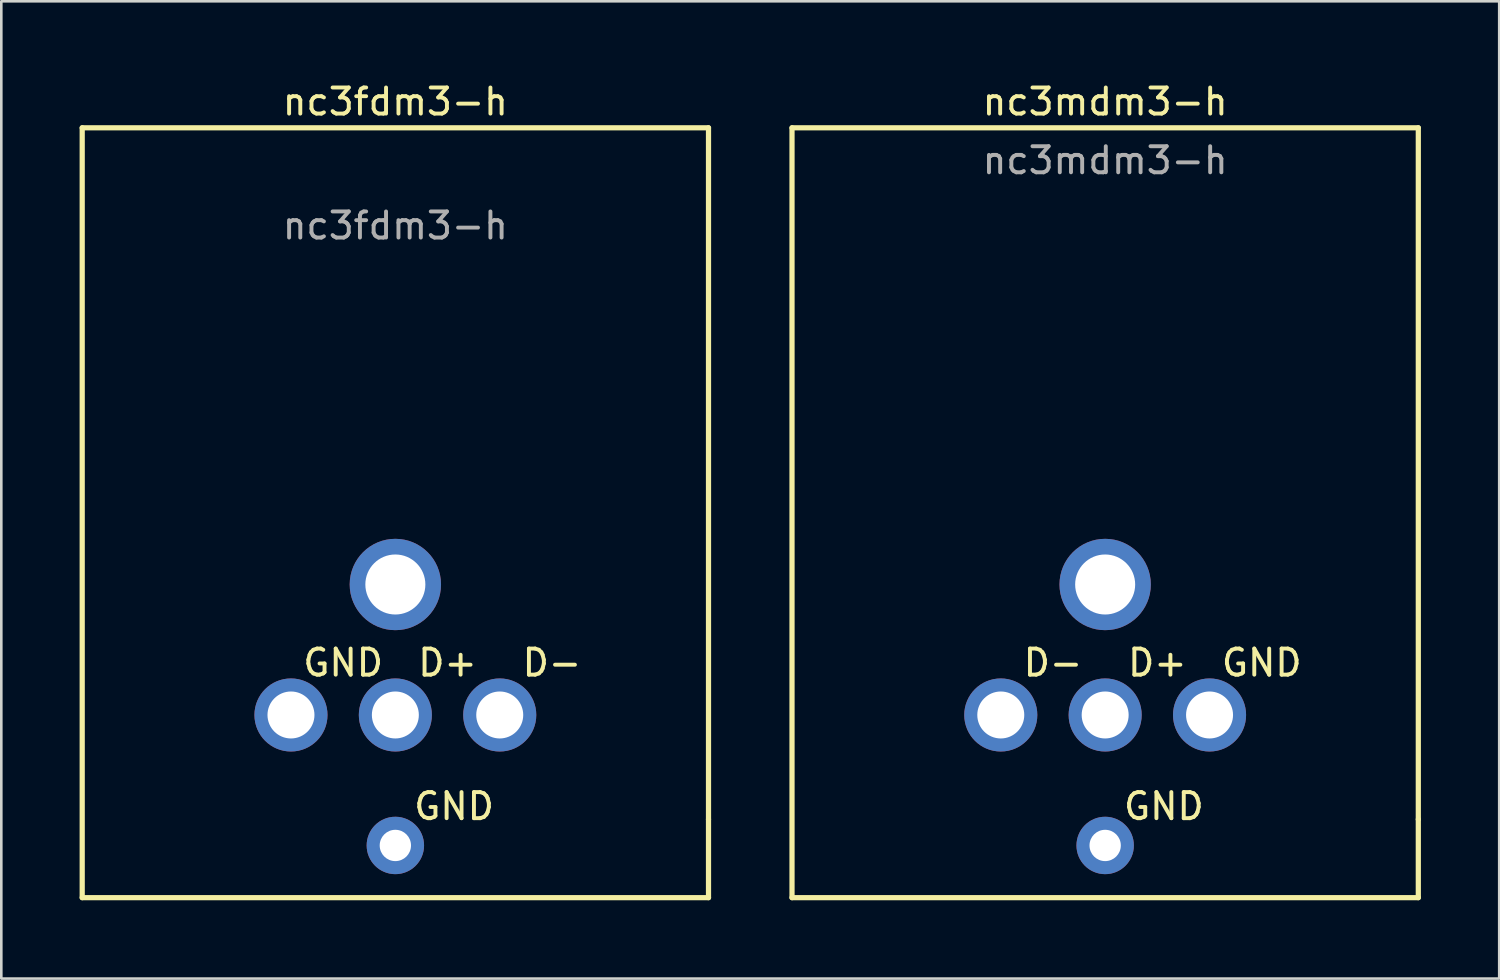
<source format=kicad_pcb>
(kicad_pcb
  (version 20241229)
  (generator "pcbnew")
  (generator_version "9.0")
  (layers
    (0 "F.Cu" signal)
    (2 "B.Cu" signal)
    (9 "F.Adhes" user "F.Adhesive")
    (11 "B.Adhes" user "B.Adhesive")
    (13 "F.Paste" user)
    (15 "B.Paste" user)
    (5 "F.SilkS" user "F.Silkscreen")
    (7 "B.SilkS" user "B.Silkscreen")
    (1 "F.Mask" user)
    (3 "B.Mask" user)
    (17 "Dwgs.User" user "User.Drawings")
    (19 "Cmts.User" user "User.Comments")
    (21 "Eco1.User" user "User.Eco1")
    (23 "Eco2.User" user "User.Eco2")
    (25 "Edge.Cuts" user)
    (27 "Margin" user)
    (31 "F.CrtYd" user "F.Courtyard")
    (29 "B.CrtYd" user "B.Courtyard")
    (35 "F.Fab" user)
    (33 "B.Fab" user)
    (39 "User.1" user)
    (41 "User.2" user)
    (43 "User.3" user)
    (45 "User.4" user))
  (footprint "nc3mdm3-h"
    (layer "F.Cu")
    (at 39.3 24.348)
    (property "Reference" "nc3mdm3-h" (at 0 -23.5 0) (unlocked yes) (layer "F.SilkS") (effects (font (size 1 1) (thickness 0.15))))
    (attr through_hole)
    (fp_line (start -12 -22.5) (end -12 7) (stroke (width 0.2) (type solid)) (layer "F.SilkS"))
    (fp_line (start -12 -22.5) (end 12 -22.5) (stroke (width 0.2) (type solid)) (layer "F.SilkS"))
    (fp_line (start -12 7) (end 12 7) (stroke (width 0.2) (type solid)) (layer "F.SilkS"))
    (fp_line (start 12 -22.5) (end 12 4) (stroke (width 0.2) (type solid)) (layer "F.SilkS"))
    (fp_line (start 12 7) (end 12 4) (stroke (width 0.2) (type solid)) (layer "F.SilkS"))
    (fp_text user "GND" (at 2.25 3.5 0) (unlocked yes) (layer "F.SilkS") (effects (font (size 1 1) (thickness 0.15))))
    (fp_text user "D+" (at 2 -2 0) (unlocked yes) (layer "F.SilkS") (effects (font (size 1 1) (thickness 0.15))))
    (fp_text user "GND" (at 6 -2 0) (unlocked yes) (layer "F.SilkS") (effects (font (size 1 1) (thickness 0.15))))
    (fp_text user "D-" (at -2 -2 0) (unlocked yes) (layer "F.SilkS") (effects (font (size 1 1) (thickness 0.15))))
    (fp_text user "${REFERENCE}" (at 0 -21.25 0) (unlocked yes) (layer "F.Fab") (effects (font (size 1 1) (thickness 0.15))))
    (pad "" thru_hole circle (at 0 -5) (size 3.5 3.5) (drill 2.3) (layers "*.Cu" "*.Mask"))
    (pad "1" thru_hole circle (at 0 5) (size 2.2 2.2) (drill 1.2) (layers "*.Cu" "*.Mask"))
    (pad "1" thru_hole circle (at 4 0) (size 2.8 2.8) (drill 1.8) (layers "*.Cu" "*.Mask"))
    (pad "2" thru_hole circle (at -4 0) (size 2.8 2.8) (drill 1.8) (layers "*.Cu" "*.Mask"))
    (pad "3" thru_hole circle (at 0 0) (size 2.8 2.8) (drill 1.8) (layers "*.Cu" "*.Mask")))
  (footprint "nc3fdm3-h"
    (layer "F.Cu")
    (at 12.1 24.348)
    (property "Reference" "nc3fdm3-h" (at 0 -23.5 0) (unlocked yes) (layer "F.SilkS") (effects (font (size 1 1) (thickness 0.15))))
    (attr through_hole)
    (fp_line (start -12 -22.5) (end -12 7) (stroke (width 0.2) (type solid)) (layer "F.SilkS"))
    (fp_line (start -12 -22.5) (end 12 -22.5) (stroke (width 0.2) (type solid)) (layer "F.SilkS"))
    (fp_line (start -12 7) (end 12 7) (stroke (width 0.2) (type solid)) (layer "F.SilkS"))
    (fp_line (start 12 -22.5) (end 12 4) (stroke (width 0.2) (type solid)) (layer "F.SilkS"))
    (fp_line (start 12 7) (end 12 4) (stroke (width 0.2) (type solid)) (layer "F.SilkS"))
    (fp_text user "D-" (at 6 -2 0) (unlocked yes) (layer "F.SilkS") (effects (font (size 1 1) (thickness 0.15))))
    (fp_text user "D+" (at 2 -2 0) (unlocked yes) (layer "F.SilkS") (effects (font (size 1 1) (thickness 0.15))))
    (fp_text user "GND" (at -2 -2 0) (unlocked yes) (layer "F.SilkS") (effects (font (size 1 1) (thickness 0.15))))
    (fp_text user "GND" (at 2.25 3.5 0) (unlocked yes) (layer "F.SilkS") (effects (font (size 1 1) (thickness 0.15))))
    (fp_text user "${REFERENCE}" (at 0 -18.75 0) (unlocked yes) (layer "F.Fab") (effects (font (size 1 1) (thickness 0.15))))
    (pad "" thru_hole circle (at 0 -5) (size 3.5 3.5) (drill 2.3) (layers "*.Cu" "*.Mask"))
    (pad "1" thru_hole circle (at -4 0) (size 2.8 2.8) (drill 1.8) (layers "*.Cu" "*.Mask"))
    (pad "1" thru_hole circle (at 0 5) (size 2.2 2.2) (drill 1.2) (layers "*.Cu" "*.Mask"))
    (pad "2" thru_hole circle (at 4 0) (size 2.8 2.8) (drill 1.8) (layers "*.Cu" "*.Mask"))
    (pad "3" thru_hole circle (at 0 0) (size 2.8 2.8) (drill 1.8) (layers "*.Cu" "*.Mask")))
  (gr_rect
    (start -3 -3)
    (end 54.4 34.448)
    (stroke (width 0.1) (type default))
    (fill no)
    (layer "Edge.Cuts")))
</source>
